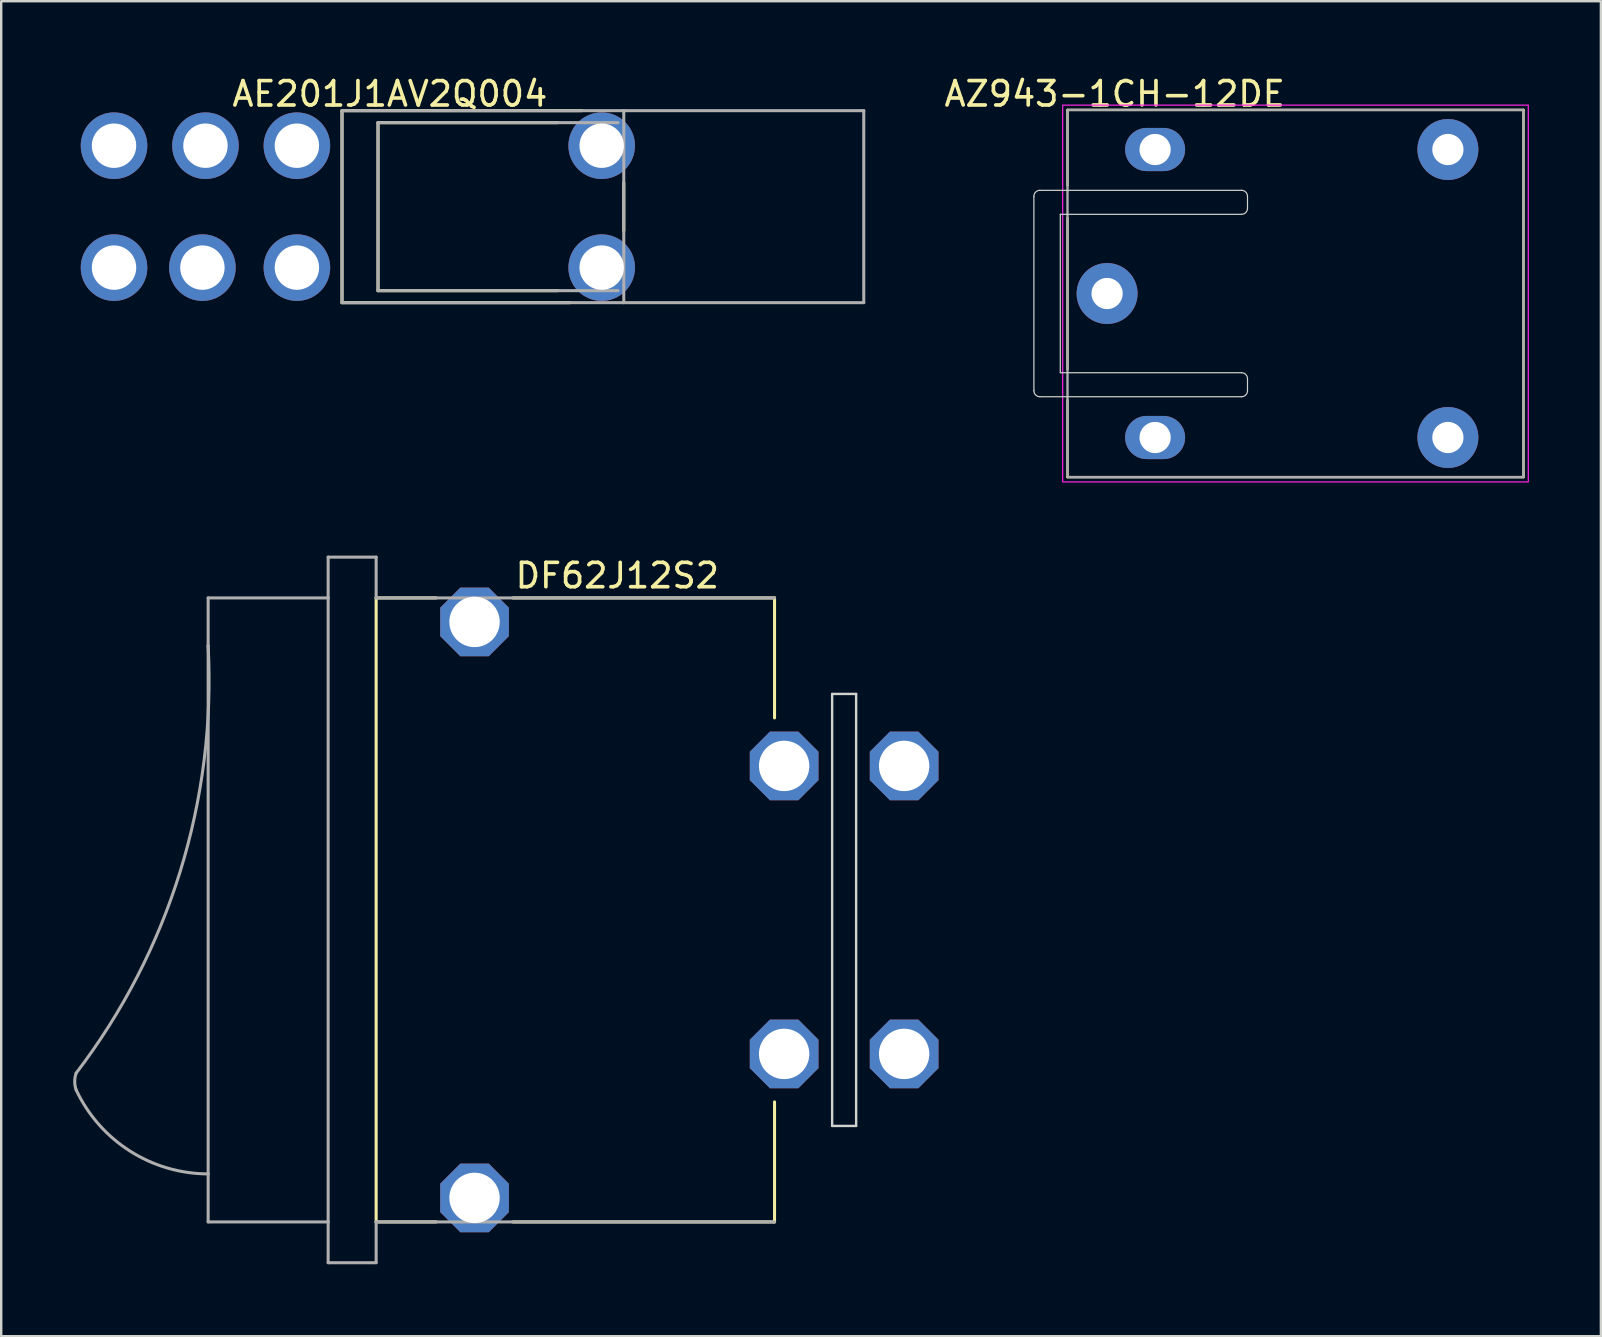
<source format=kicad_pcb>
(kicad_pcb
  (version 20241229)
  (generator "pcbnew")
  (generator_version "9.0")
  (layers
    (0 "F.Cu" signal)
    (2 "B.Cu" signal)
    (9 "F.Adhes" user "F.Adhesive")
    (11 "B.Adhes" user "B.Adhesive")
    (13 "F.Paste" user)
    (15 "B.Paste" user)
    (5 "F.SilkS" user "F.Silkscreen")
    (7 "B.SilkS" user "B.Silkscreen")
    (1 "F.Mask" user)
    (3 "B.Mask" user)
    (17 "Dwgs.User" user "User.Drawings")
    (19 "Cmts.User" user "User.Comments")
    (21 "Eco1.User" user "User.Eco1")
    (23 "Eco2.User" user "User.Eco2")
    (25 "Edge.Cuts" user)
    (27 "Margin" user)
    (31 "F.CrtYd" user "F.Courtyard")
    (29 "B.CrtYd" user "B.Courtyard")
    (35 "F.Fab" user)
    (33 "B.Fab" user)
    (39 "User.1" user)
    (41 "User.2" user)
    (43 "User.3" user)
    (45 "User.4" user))
  (footprint "AZ943-1CH-12DE"
    (layer "F.Cu")
    (at 41.43 9.18)
    (property "Reference" "AZ943-1CH-12DE" (at 1.968 -8.319 0) (layer "F.SilkS") (effects (font (size 1.016 1.016) (thickness 0.152))))
    (attr through_hole)
    (fp_line (start 0 -7.65) (end 19 -7.65) (stroke (width 0.1) (type default)) (layer "F.SilkS"))
    (fp_line (start 0 -4.5) (end 0 -7.65) (stroke (width 0.1) (type default)) (layer "F.SilkS"))
    (fp_line (start 0 3.15) (end 0 -3.15) (stroke (width 0.1) (type solid)) (layer "F.SilkS"))
    (fp_line (start 0 7.65) (end 0 4.45) (stroke (width 0.1) (type default)) (layer "F.SilkS"))
    (fp_line (start 19 -7.65) (end 19 7.65) (stroke (width 0.1) (type default)) (layer "F.SilkS"))
    (fp_line (start 19 7.65) (end 0 7.65) (stroke (width 0.1) (type default)) (layer "F.SilkS"))
    (fp_line (start -1.4 -4.05) (end -1.4 4.05) (stroke (width 0.05) (type default)) (layer "Edge.Cuts"))
    (fp_line (start -1.15 4.3) (end 7.25 4.3) (stroke (width 0.05) (type default)) (layer "Edge.Cuts"))
    (fp_line (start -0.3 -3.3) (end 7.25 -3.3) (stroke (width 0.05) (type default)) (layer "Edge.Cuts"))
    (fp_line (start -0.3 3.3) (end -0.3 -3.3) (stroke (width 0.05) (type default)) (layer "Edge.Cuts"))
    (fp_line (start 7.25 -4.3) (end -1.15 -4.3) (stroke (width 0.05) (type default)) (layer "Edge.Cuts"))
    (fp_line (start 7.25 3.3) (end -0.3 3.3) (stroke (width 0.05) (type default)) (layer "Edge.Cuts"))
    (fp_line (start 7.5 -3.55) (end 7.5 -4.05) (stroke (width 0.05) (type default)) (layer "Edge.Cuts"))
    (fp_line (start 7.5 4.05) (end 7.5 3.55) (stroke (width 0.05) (type default)) (layer "Edge.Cuts"))
    (fp_arc (start -1.4 -4.05) (mid -1.326777 -4.226777) (end -1.15 -4.3) (stroke (width 0.05) (type default)) (layer "Edge.Cuts"))
    (fp_arc (start -1.15 4.3) (mid -1.326777 4.226777) (end -1.4 4.05) (stroke (width 0.05) (type default)) (layer "Edge.Cuts"))
    (fp_arc (start 7.25 -4.3) (mid 7.426777 -4.226777) (end 7.5 -4.05) (stroke (width 0.05) (type default)) (layer "Edge.Cuts"))
    (fp_arc (start 7.25 3.3) (mid 7.426777 3.373223) (end 7.5 3.55) (stroke (width 0.05) (type default)) (layer "Edge.Cuts"))
    (fp_arc (start 7.5 -3.55) (mid 7.426777 -3.373223) (end 7.25 -3.3) (stroke (width 0.05) (type default)) (layer "Edge.Cuts"))
    (fp_arc (start 7.5 4.05) (mid 7.426777 4.226777) (end 7.25 4.3) (stroke (width 0.05) (type default)) (layer "Edge.Cuts"))
    (fp_rect (start -0.2 -7.85) (end 19.2 7.85) (stroke (width 0.05) (type default)) (fill no) (layer "F.CrtYd"))
    (fp_rect (start 0 -7.65) (end 19 7.65) (stroke (width 0.1) (type solid)) (fill no) (layer "F.Fab"))
    (pad "C1" thru_hole oval (at 3.65 -6) (size 2.5 1.8) (drill 1.3) (layers "*.Cu" "*.Mask"))
    (pad "C2" thru_hole oval (at 3.65 6) (size 2.5 1.8) (drill 1.3) (layers "*.Cu" "*.Mask"))
    (pad "NC" thru_hole circle (at 15.85 -6 90) (size 2.54 2.54) (drill 1.3) (layers "*.Cu" "*.Mask"))
    (pad "NO" thru_hole circle (at 15.85 6) (size 2.54 2.54) (drill 1.3) (layers "*.Cu" "*.Mask"))
    (pad "P" thru_hole circle (at 1.65 0) (size 2.54 2.54) (drill 1.3) (layers "*.Cu" "*.Mask")))
  (footprint "AE201J1AV2Q004"
    (layer "F.Cu")
    (at 9.321 5.561)
    (property "Reference" "AE201J1AV2Q004" (at 3.873 -4.699 0) (layer "F.SilkS") (effects (font (size 1.016 1.016) (thickness 0.152))))
    (attr through_hole)
    (fp_line (start 1.88 -4) (end 1.88 4) (stroke (width 0.127) (type solid)) (layer "F.SilkS"))
    (fp_line (start 1.88 4) (end 11.38 4) (stroke (width 0.127) (type solid)) (layer "F.SilkS"))
    (fp_line (start 3.38 -3.5) (end 3.38 3.5) (stroke (width 0.127) (type solid)) (layer "F.SilkS"))
    (fp_line (start 3.38 3.5) (end 10.88 3.5) (stroke (width 0.127) (type solid)) (layer "F.SilkS"))
    (fp_line (start 10.88 -3.5) (end 3.38 -3.5) (stroke (width 0.127) (type solid)) (layer "F.SilkS"))
    (fp_line (start 11.88 -4) (end 1.88 -4) (stroke (width 0.127) (type solid)) (layer "F.SilkS"))
    (fp_line (start 13.62 -1) (end 13.62 1) (stroke (width 0.127) (type solid)) (layer "F.SilkS"))
    (fp_rect (start -9.271 -4.191) (end 23.812 4.191) (stroke (width 0.1) (type default)) (fill no) (layer "Margin"))
    (fp_line (start 1.88 -4) (end 13.62 -4) (stroke (width 0.127) (type solid)) (layer "F.Fab"))
    (fp_line (start 1.88 4) (end 1.88 -4) (stroke (width 0.127) (type solid)) (layer "F.Fab"))
    (fp_line (start 3.38 -3.5) (end 3.38 3.5) (stroke (width 0.127) (type solid)) (layer "F.Fab"))
    (fp_line (start 3.38 3.5) (end 13.38 3.5) (stroke (width 0.127) (type solid)) (layer "F.Fab"))
    (fp_line (start 13.38 -3.5) (end 3.38 -3.5) (stroke (width 0.127) (type solid)) (layer "F.Fab"))
    (fp_line (start 13.62 -4) (end 13.62 4) (stroke (width 0.127) (type solid)) (layer "F.Fab"))
    (fp_line (start 13.62 -4) (end 23.62 -4) (stroke (width 0.127) (type solid)) (layer "F.Fab"))
    (fp_line (start 13.62 4) (end 1.88 4) (stroke (width 0.127) (type solid)) (layer "F.Fab"))
    (fp_line (start 23.62 -4) (end 23.62 4) (stroke (width 0.127) (type solid)) (layer "F.Fab"))
    (fp_line (start 23.62 4) (end 13.62 4) (stroke (width 0.127) (type solid)) (layer "F.Fab"))
    (pad "1" thru_hole circle (at 0 -2.54) (size 2.775 2.775) (drill 1.85) (layers "*.Cu" "*.Mask"))
    (pad "2" thru_hole circle (at -3.81 -2.54) (size 2.775 2.775) (drill 1.85) (layers "*.Cu" "*.Mask"))
    (pad "3" thru_hole circle (at -7.62 -2.54) (size 2.775 2.775) (drill 1.85) (layers "*.Cu" "*.Mask"))
    (pad "4" thru_hole circle (at -7.62 2.54) (size 2.775 2.775) (drill 1.85) (layers "*.Cu" "*.Mask"))
    (pad "5" thru_hole circle (at -3.937 2.54) (size 2.775 2.775) (drill 1.85) (layers "*.Cu" "*.Mask"))
    (pad "6" thru_hole circle (at 0 2.54) (size 2.775 2.775) (drill 1.85) (layers "*.Cu" "*.Mask"))
    (pad "SH" thru_hole circle (at 12.7 -2.54) (size 2.775 2.775) (drill 1.85) (layers "*.Cu" "*.Mask"))
    (pad "SH" thru_hole circle (at 12.7 2.54) (size 2.775 2.775) (drill 1.85) (layers "*.Cu" "*.Mask")))
  (footprint "DF62J12S2"
    (layer "F.Cu")
    (at 12.623 34.864)
    (property "Reference" "DF62J12S2" (at 5.715 -13.335 0) (layer "F.SilkS") (effects (font (size 1.016 1.016) (thickness 0.152)) (justify left bottom)))
    (attr through_hole)
    (fp_line (start 0 -13) (end 2.5 -13) (stroke (width 0.127) (type solid)) (layer "F.SilkS"))
    (fp_line (start 0 13) (end 0 -13) (stroke (width 0.127) (type solid)) (layer "F.SilkS"))
    (fp_line (start 0 13) (end 2.5 13) (stroke (width 0.127) (type solid)) (layer "F.SilkS"))
    (fp_line (start 16.6 -13) (end 5.7 -13) (stroke (width 0.127) (type solid)) (layer "F.SilkS"))
    (fp_line (start 16.6 -8) (end 16.6 -13) (stroke (width 0.127) (type solid)) (layer "F.SilkS"))
    (fp_line (start 16.6 8) (end 16.6 13) (stroke (width 0.127) (type solid)) (layer "F.SilkS"))
    (fp_line (start 16.6 13) (end 5.7 13) (stroke (width 0.127) (type solid)) (layer "F.SilkS"))
    (fp_line (start 19 -9) (end 20 -9) (stroke (width 0.1) (type solid)) (layer "Edge.Cuts"))
    (fp_line (start 19 9) (end 19 -9) (stroke (width 0.1) (type solid)) (layer "Edge.Cuts"))
    (fp_line (start 20 -9) (end 20 9) (stroke (width 0.1) (type solid)) (layer "Edge.Cuts"))
    (fp_line (start 20 9) (end 19 9) (stroke (width 0.1) (type solid)) (layer "Edge.Cuts"))
    (fp_line (start -7 -13) (end -7 -11) (stroke (width 0.127) (type solid)) (layer "F.Fab"))
    (fp_line (start -7 -11) (end -7 11) (stroke (width 0.127) (type solid)) (layer "F.Fab"))
    (fp_line (start -7 11) (end -7 13) (stroke (width 0.127) (type solid)) (layer "F.Fab"))
    (fp_line (start -2 -14.7) (end -2 -13) (stroke (width 0.127) (type solid)) (layer "F.Fab"))
    (fp_line (start -2 -13) (end -7 -13) (stroke (width 0.127) (type solid)) (layer "F.Fab"))
    (fp_line (start -2 -13) (end -2 13) (stroke (width 0.127) (type solid)) (layer "F.Fab"))
    (fp_line (start -2 13) (end -7 13) (stroke (width 0.127) (type solid)) (layer "F.Fab"))
    (fp_line (start -2 13) (end -2 14.7) (stroke (width 0.127) (type solid)) (layer "F.Fab"))
    (fp_line (start 0 -14.7) (end -2 -14.7) (stroke (width 0.127) (type solid)) (layer "F.Fab"))
    (fp_line (start 0 -13) (end 0 -14.7) (stroke (width 0.127) (type solid)) (layer "F.Fab"))
    (fp_line (start 0 14.7) (end -2 14.7) (stroke (width 0.127) (type solid)) (layer "F.Fab"))
    (fp_line (start 0 14.7) (end 0 13) (stroke (width 0.127) (type solid)) (layer "F.Fab"))
    (fp_line (start 16.6 -13) (end 0 -13) (stroke (width 0.127) (type solid)) (layer "F.Fab"))
    (fp_line (start 16.6 13) (end 0 13) (stroke (width 0.127) (type solid)) (layer "F.Fab"))
    (fp_arc (start -12.5 7.5) (mid -12.559356 7.15) (end -12.5 6.8) (stroke (width 0.127) (type solid)) (layer "F.Fab"))
    (fp_arc (start -7 -11) (mid -8.162898 -1.609603) (end -12.5 6.8) (stroke (width 0.127) (type solid)) (layer "F.Fab"))
    (fp_arc (start -7 11) (mid -10.257583 10.047629) (end -12.500001 7.499999) (stroke (width 0.127) (type solid)) (layer "F.Fab"))
    (pad "1" thru_hole roundrect (at 17 6) (size 2.862 2.862) (drill 2.1) (layers "*.Cu" "*.Mask") (roundrect_rratio 0.25) (chamfer_ratio 0.293) (chamfer top_left top_right bottom_left bottom_right))
    (pad "1A" thru_hole roundrect (at 17 -6) (size 2.862 2.862) (drill 2.1) (layers "*.Cu" "*.Mask") (roundrect_rratio 0.25) (chamfer_ratio 0.293) (chamfer top_left top_right bottom_left bottom_right))
    (pad "2" thru_hole roundrect (at 22 6) (size 2.862 2.862) (drill 2.1) (layers "*.Cu" "*.Mask") (roundrect_rratio 0.25) (chamfer_ratio 0.293) (chamfer top_left top_right bottom_left bottom_right))
    (pad "2A" thru_hole roundrect (at 22 -6) (size 2.862 2.862) (drill 2.1) (layers "*.Cu" "*.Mask") (roundrect_rratio 0.25) (chamfer_ratio 0.293) (chamfer top_left top_right bottom_left bottom_right))
    (pad "PE" thru_hole roundrect (at 4.1 -12) (size 2.862 2.862) (drill 2.1) (layers "*.Cu" "*.Mask") (roundrect_rratio 0.25) (chamfer_ratio 0.293) (chamfer top_left top_right bottom_left bottom_right))
    (pad "PE" thru_hole roundrect (at 4.1 12) (size 2.862 2.862) (drill 2.1) (layers "*.Cu" "*.Mask") (roundrect_rratio 0.25) (chamfer_ratio 0.293) (chamfer top_left top_right bottom_left bottom_right)))
  (gr_rect
    (start -3 -3)
    (end 63.655 52.627)
    (stroke (width 0.1) (type default))
    (fill no)
    (layer "Edge.Cuts")))
</source>
